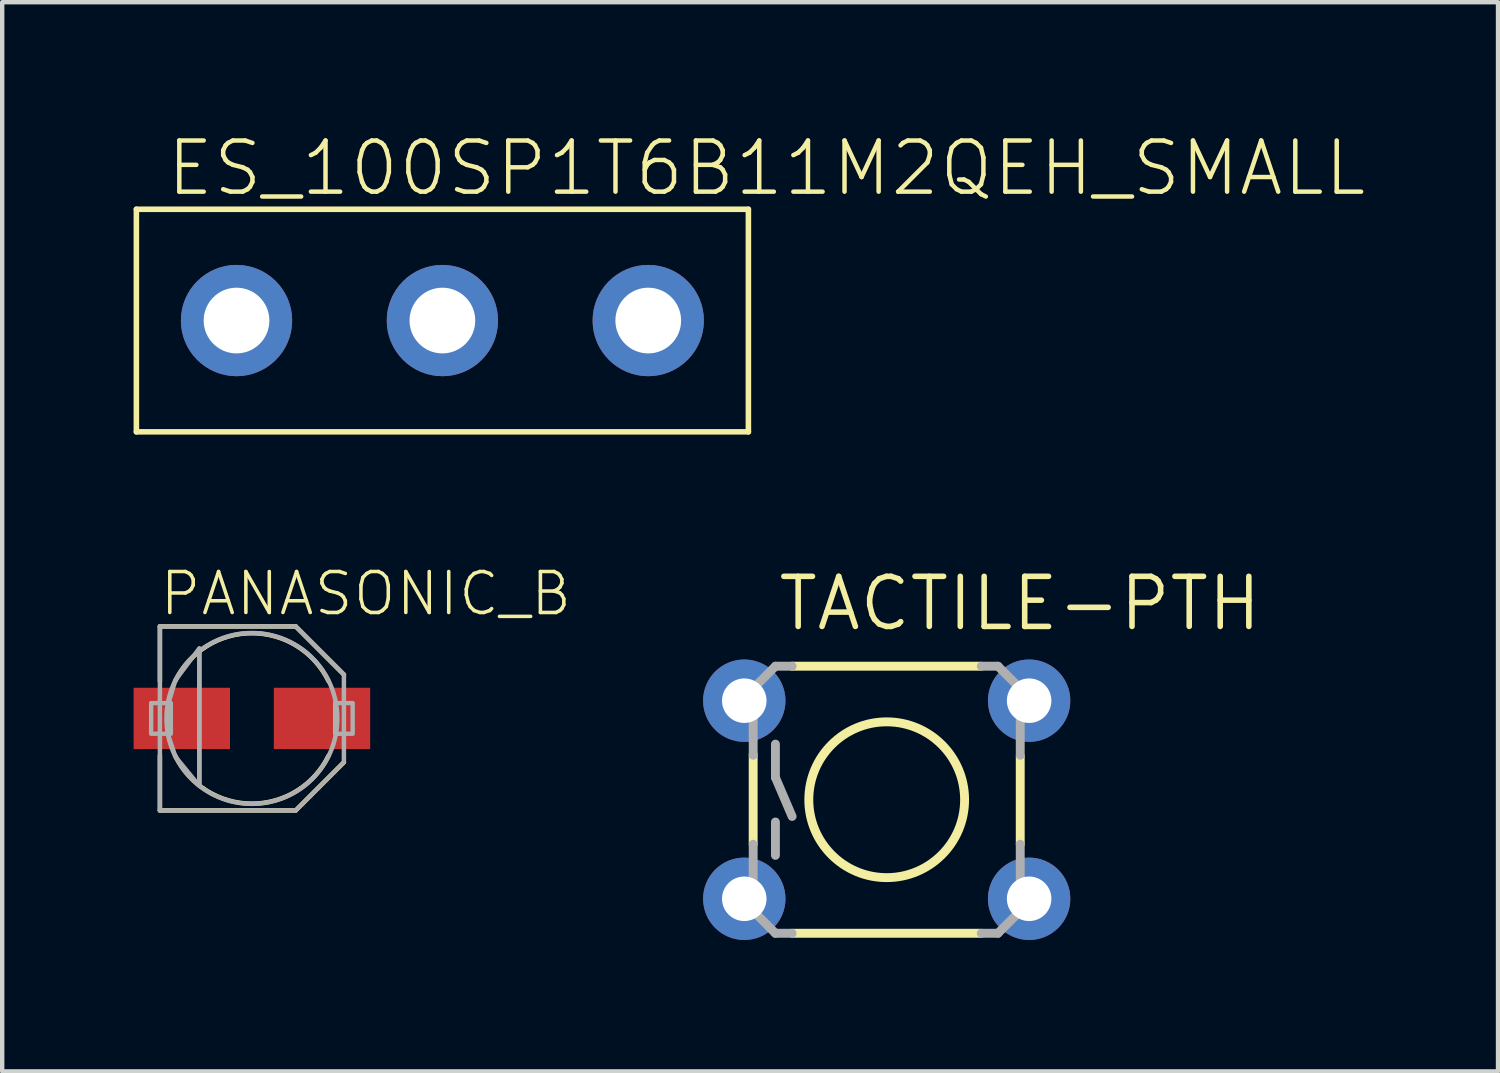
<source format=kicad_pcb>
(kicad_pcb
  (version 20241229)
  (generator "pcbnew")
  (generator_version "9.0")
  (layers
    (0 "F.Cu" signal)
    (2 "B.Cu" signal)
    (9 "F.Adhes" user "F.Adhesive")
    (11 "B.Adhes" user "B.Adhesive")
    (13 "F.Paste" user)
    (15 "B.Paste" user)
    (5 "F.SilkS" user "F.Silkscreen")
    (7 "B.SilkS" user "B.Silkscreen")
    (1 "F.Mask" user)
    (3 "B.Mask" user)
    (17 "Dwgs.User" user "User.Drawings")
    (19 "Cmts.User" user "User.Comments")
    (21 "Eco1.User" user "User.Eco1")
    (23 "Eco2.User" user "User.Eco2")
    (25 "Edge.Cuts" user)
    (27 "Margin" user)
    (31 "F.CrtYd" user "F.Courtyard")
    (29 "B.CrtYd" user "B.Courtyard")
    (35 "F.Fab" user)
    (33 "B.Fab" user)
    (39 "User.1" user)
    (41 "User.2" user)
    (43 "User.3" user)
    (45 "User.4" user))
  (footprint "PANASONIC_B"
    (layer "F.Cu")
    (at 2.7 13.349)
    (property "Reference" "PANASONIC_B" (at -2.15 -2.3 0) (layer "F.SilkS") (effects (font (size 0.935 0.935) (thickness 0.081)) (justify left bottom)))
    (fp_line (start -2.1 -2.1) (end 1 -2.1) (stroke (width 0.102) (type solid)) (layer "F.SilkS"))
    (fp_line (start -2.1 -0.85) (end -2.1 -2.1) (stroke (width 0.102) (type solid)) (layer "F.SilkS"))
    (fp_line (start -2.1 2.1) (end -2.1 0.85) (stroke (width 0.102) (type solid)) (layer "F.SilkS"))
    (fp_line (start 1 -2.1) (end 2.1 -1) (stroke (width 0.102) (type solid)) (layer "F.SilkS"))
    (fp_line (start 1 2.1) (end -2.1 2.1) (stroke (width 0.102) (type solid)) (layer "F.SilkS"))
    (fp_line (start 2.1 1) (end 1 2.1) (stroke (width 0.102) (type solid)) (layer "F.SilkS"))
    (fp_arc (start -1.75 -0.85) (mid 0 -1.945508) (end 1.75 -0.85) (stroke (width 0.1016) (type solid)) (layer "F.SilkS"))
    (fp_arc (start 1.75 0.85) (mid 0 1.945508) (end -1.75 0.85) (stroke (width 0.1016) (type solid)) (layer "F.SilkS"))
    (fp_line (start -2.1 -2.1) (end 1 -2.1) (stroke (width 0.102) (type solid)) (layer "F.Fab"))
    (fp_line (start -2.1 2.1) (end -2.1 -2.1) (stroke (width 0.102) (type solid)) (layer "F.Fab"))
    (fp_line (start -1.2 -1.5) (end -1.2 1.5) (stroke (width 0.102) (type solid)) (layer "F.Fab"))
    (fp_line (start 1 -2.1) (end 2.1 -1) (stroke (width 0.102) (type solid)) (layer "F.Fab"))
    (fp_line (start 1 2.1) (end -2.1 2.1) (stroke (width 0.102) (type solid)) (layer "F.Fab"))
    (fp_line (start 2.1 -1) (end 2.1 1) (stroke (width 0.102) (type solid)) (layer "F.Fab"))
    (fp_line (start 2.1 1) (end 1 2.1) (stroke (width 0.102) (type solid)) (layer "F.Fab"))
    (fp_circle (center 0 0) (end 1.95 0) (stroke (width 0.102) (type solid)) (fill no) (layer "F.Fab"))
    (fp_poly (pts (xy -2.3 0.35) (xy -1.85 0.35) (xy -1.85 -0.35) (xy -2.3 -0.35)) (stroke (width 0.1) (type solid)) (fill no) (layer "F.Fab"))
    (fp_poly (pts (xy 1.9 0.35) (xy 2.3 0.35) (xy 2.3 -0.35) (xy 1.9 -0.35)) (stroke (width 0.1) (type solid)) (fill no) (layer "F.Fab"))
    (fp_poly (pts (xy -1.199 1.542) (xy -1.745 0.875) (xy -1.901 0.408) (xy -1.901 -0.357) (xy -1.746 -0.873) (xy -1.199 -1.602)) (stroke (width 0.1) (type solid)) (fill no) (layer "F.Fab"))
    (pad "+" smd rect (at 1.6 0) (size 2.2 1.4) (layers "F.Cu" "F.Mask" "F.Paste"))
    (pad "-" smd rect (at -1.6 0) (size 2.2 1.4) (layers "F.Cu" "F.Mask" "F.Paste")))
  (footprint "ES_100SP1T6B11M2QEH_SMALL"
    (layer "F.Cu")
    (at 7.048 4.267)
    (property "Reference" "ES_100SP1T6B11M2QEH_SMALL" (at -6.35 -2.794 0) (layer "F.SilkS") (effects (font (size 1.168 1.168) (thickness 0.102)) (justify left bottom)))
    (fp_line (start -6.985 -2.54) (end -6.985 2.54) (stroke (width 0.127) (type solid)) (layer "F.SilkS"))
    (fp_line (start -6.985 2.54) (end 6.985 2.54) (stroke (width 0.127) (type solid)) (layer "F.SilkS"))
    (fp_line (start 6.985 -2.54) (end -6.985 -2.54) (stroke (width 0.127) (type solid)) (layer "F.SilkS"))
    (fp_line (start 6.985 2.54) (end 6.985 -2.54) (stroke (width 0.127) (type solid)) (layer "F.SilkS"))
    (pad "O" thru_hole circle (at -4.699 0) (size 2.54 2.54) (drill 1.5) (layers "*.Cu" "*.Mask"))
    (pad "P" thru_hole circle (at 0 0) (size 2.54 2.54) (drill 1.5) (layers "*.Cu" "*.Mask"))
    (pad "S" thru_hole circle (at 4.699 0) (size 2.54 2.54) (drill 1.5) (layers "*.Cu" "*.Mask")))
  (footprint "TACTILE-PTH"
    (layer "F.Cu")
    (at 17.19 15.205)
    (property "Reference" "TACTILE-PTH" (at -2.54 -3.81 0) (layer "F.SilkS") (effects (font (size 1.143 1.143) (thickness 0.127)) (justify left bottom)))
    (fp_line (start -3.048 -1.028) (end -3.048 1.016) (stroke (width 0.203) (type solid)) (layer "F.SilkS"))
    (fp_line (start -2.159 3.048) (end 2.159 3.048) (stroke (width 0.203) (type solid)) (layer "F.SilkS"))
    (fp_line (start 2.159 -3.048) (end -2.159 -3.048) (stroke (width 0.203) (type solid)) (layer "F.SilkS"))
    (fp_line (start 3.048 -0.998) (end 3.048 1.016) (stroke (width 0.203) (type solid)) (layer "F.SilkS"))
    (fp_circle (center 0 0) (end 1.778 0) (stroke (width 0.203) (type solid)) (fill no) (layer "F.SilkS"))
    (fp_line (start -3.048 -2.54) (end -3.048 -1.016) (stroke (width 0.203) (type solid)) (layer "F.Fab"))
    (fp_line (start -3.048 2.54) (end -3.048 1.016) (stroke (width 0.203) (type solid)) (layer "F.Fab"))
    (fp_line (start -2.54 -3.048) (end -3.048 -2.54) (stroke (width 0.203) (type solid)) (layer "F.Fab"))
    (fp_line (start -2.54 -3.048) (end -2.159 -3.048) (stroke (width 0.203) (type solid)) (layer "F.Fab"))
    (fp_line (start -2.54 -1.27) (end -2.54 -0.508) (stroke (width 0.203) (type solid)) (layer "F.Fab"))
    (fp_line (start -2.54 -0.508) (end -2.159 0.381) (stroke (width 0.203) (type solid)) (layer "F.Fab"))
    (fp_line (start -2.54 0.508) (end -2.54 1.27) (stroke (width 0.203) (type solid)) (layer "F.Fab"))
    (fp_line (start -2.54 3.048) (end -3.048 2.54) (stroke (width 0.203) (type solid)) (layer "F.Fab"))
    (fp_line (start -2.54 3.048) (end -2.159 3.048) (stroke (width 0.203) (type solid)) (layer "F.Fab"))
    (fp_line (start 2.54 -3.048) (end 2.159 -3.048) (stroke (width 0.203) (type solid)) (layer "F.Fab"))
    (fp_line (start 2.54 3.048) (end 2.159 3.048) (stroke (width 0.203) (type solid)) (layer "F.Fab"))
    (fp_line (start 2.54 3.048) (end 3.048 2.54) (stroke (width 0.203) (type solid)) (layer "F.Fab"))
    (fp_line (start 3.048 -2.54) (end 2.54 -3.048) (stroke (width 0.203) (type solid)) (layer "F.Fab"))
    (fp_line (start 3.048 -1.016) (end 3.048 -2.54) (stroke (width 0.203) (type solid)) (layer "F.Fab"))
    (fp_line (start 3.048 2.54) (end 3.048 1.016) (stroke (width 0.203) (type solid)) (layer "F.Fab"))
    (pad "1" thru_hole circle (at -3.251 -2.261) (size 1.88 1.88) (drill 1.016) (layers "*.Cu" "*.Mask"))
    (pad "2" thru_hole circle (at 3.251 -2.261) (size 1.88 1.88) (drill 1.016) (layers "*.Cu" "*.Mask"))
    (pad "3" thru_hole circle (at -3.251 2.261) (size 1.88 1.88) (drill 1.016) (layers "*.Cu" "*.Mask"))
    (pad "4" thru_hole circle (at 3.251 2.261) (size 1.88 1.88) (drill 1.016) (layers "*.Cu" "*.Mask")))
  (gr_rect
    (start -3 -3)
    (end 31.144 21.405)
    (stroke (width 0.1) (type default))
    (fill no)
    (layer "Edge.Cuts")))
</source>
